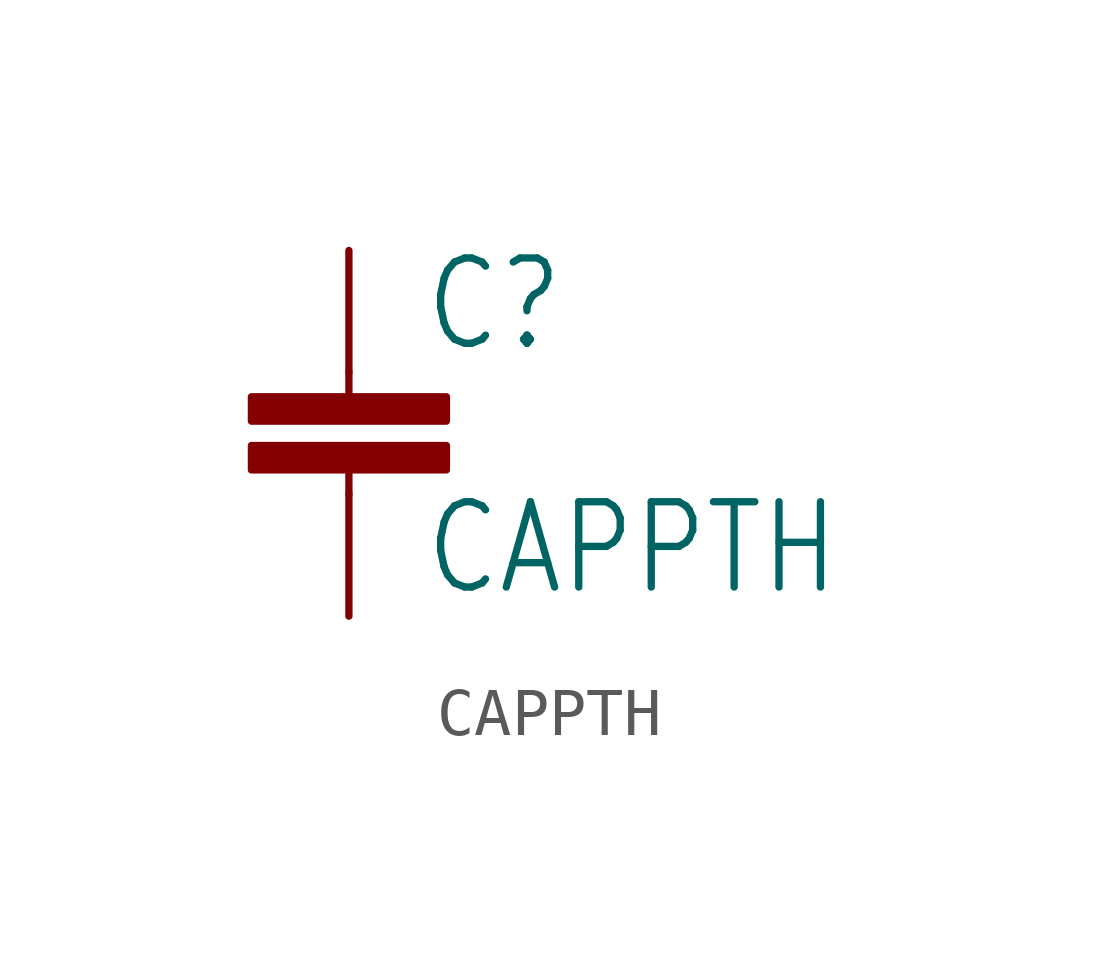
<source format=kicad_sym>
(kicad_symbol_lib
  (version 20211014)
  (generator kicad_symbol_editor)
  (symbol "CAPPTH"
    (property "Reference" "C"
      (at 1.524 2.921 0)
      (effects (font (size 1.778 1.511)) (justify left bottom)))
    (property "Value" "CAPPTH"
      (at 1.524 -2.159 0)
      (effects (font (size 1.778 1.511)) (justify left bottom)))
    (property "ki_locked" ""
      (at 0 0 0)
      (effects (font (size 1.27 1.27))))
    (symbol "CAPPTH_1_0"
      (rectangle (start -2.032 0.508) (end 2.032 1.016) (stroke (width 0) (type default) (color 0 0 0 0)) (fill (type outline)))
      (rectangle (start -2.032 1.524) (end 2.032 2.032) (stroke (width 0) (type default) (color 0 0 0 0)) (fill (type outline)))
      (polyline (pts (xy 0 0) (xy 0 0.508)) (stroke (width 0.152) (type default) (color 0 0 0 0)) (fill (type none)))
      (polyline (pts (xy 0 2.54) (xy 0 2.032)) (stroke (width 0.152) (type default) (color 0 0 0 0)) (fill (type none)))
      (pin passive line (at 0 5.08 270) (length 2.54) (name "1" (effects (font (size 0 0)))) (number "1" (effects (font (size 0 0)))))
      (pin passive line (at 0 -2.54 90) (length 2.54) (name "2" (effects (font (size 0 0)))) (number "2" (effects (font (size 0 0))))))))
</source>
